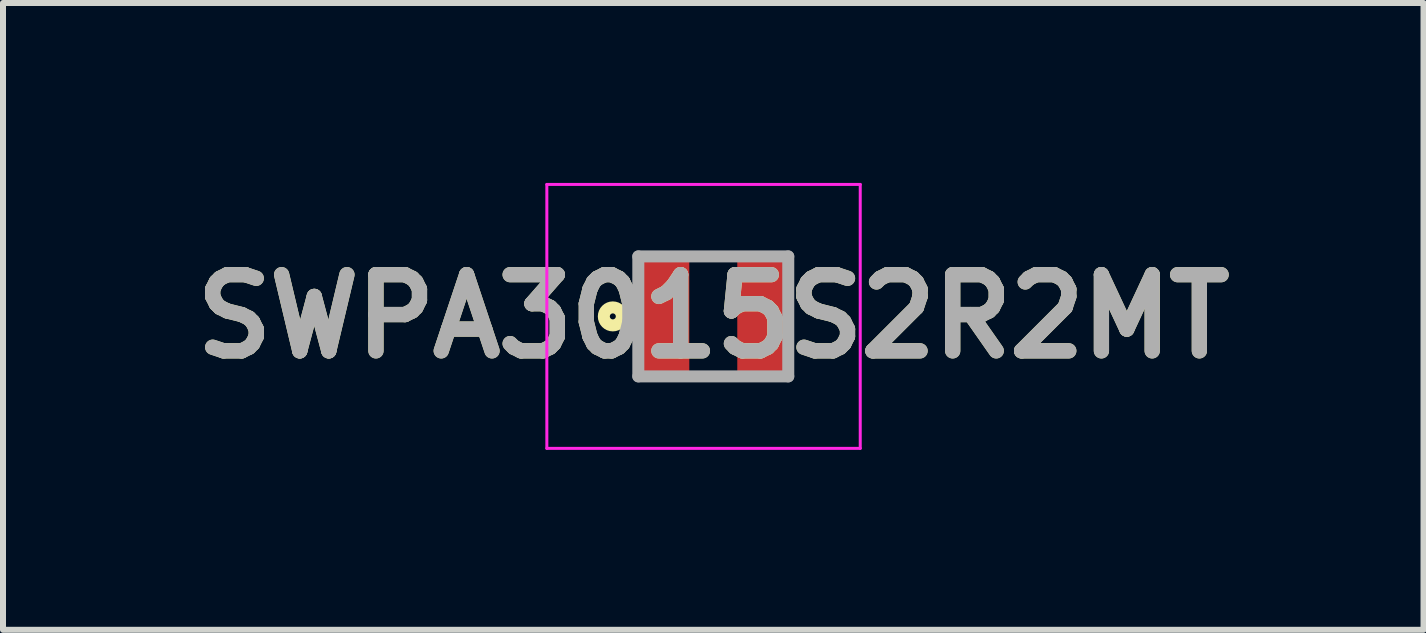
<source format=kicad_pcb>
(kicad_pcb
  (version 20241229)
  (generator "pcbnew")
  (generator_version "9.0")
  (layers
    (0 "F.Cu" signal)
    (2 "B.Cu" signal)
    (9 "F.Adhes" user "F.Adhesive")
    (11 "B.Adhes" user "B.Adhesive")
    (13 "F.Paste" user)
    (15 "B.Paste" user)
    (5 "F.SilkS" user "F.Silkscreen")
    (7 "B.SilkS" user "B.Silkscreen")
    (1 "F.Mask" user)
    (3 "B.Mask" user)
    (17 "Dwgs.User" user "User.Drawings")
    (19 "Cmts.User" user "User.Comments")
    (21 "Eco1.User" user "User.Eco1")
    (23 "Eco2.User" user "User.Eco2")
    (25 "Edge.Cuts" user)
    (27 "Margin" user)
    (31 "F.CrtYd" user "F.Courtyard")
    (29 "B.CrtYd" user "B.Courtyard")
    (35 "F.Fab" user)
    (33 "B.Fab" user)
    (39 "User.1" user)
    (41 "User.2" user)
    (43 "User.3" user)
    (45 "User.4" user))
  (footprint "SWPA3015S2R2MT"
    (layer "F.Cu")
    (at 8.842 2.225)
    (property "Reference" "SWPA3015S2R2MT" (at 0 0 0) (layer "F.SilkS") (effects (font (size 1.27 1.27) (thickness 0.254))))
    (attr smd)
    (fp_circle (center -1.675 0) (end -1.675 0.05) (stroke (width 0.2) (type solid)) (fill no) (layer "F.SilkS"))
    (fp_line (start -2.775 -2.2) (end 2.45 -2.2) (stroke (width 0.05) (type solid)) (layer "F.CrtYd"))
    (fp_line (start -2.775 2.2) (end -2.775 -2.2) (stroke (width 0.05) (type solid)) (layer "F.CrtYd"))
    (fp_line (start 2.45 -2.2) (end 2.45 2.2) (stroke (width 0.05) (type solid)) (layer "F.CrtYd"))
    (fp_line (start 2.45 2.2) (end -2.775 2.2) (stroke (width 0.05) (type solid)) (layer "F.CrtYd"))
    (fp_line (start -1.25 -1) (end 1.25 -1) (stroke (width 0.2) (type solid)) (layer "F.Fab"))
    (fp_line (start -1.25 1) (end -1.25 -1) (stroke (width 0.2) (type solid)) (layer "F.Fab"))
    (fp_line (start 1.25 -1) (end 1.25 1) (stroke (width 0.2) (type solid)) (layer "F.Fab"))
    (fp_line (start 1.25 1) (end -1.25 1) (stroke (width 0.2) (type solid)) (layer "F.Fab"))
    (fp_text user "${REFERENCE}" (at 0 0 0) (layer "F.Fab") (effects (font (size 1.27 1.27) (thickness 0.254))))
    (pad "1" smd rect (at -0.825 0) (size 0.85 2) (layers "F.Cu" "F.Mask" "F.Paste"))
    (pad "2" smd rect (at 0.825 0) (size 0.85 2) (layers "F.Cu" "F.Mask" "F.Paste")))
  (gr_rect
    (start -3 -3)
    (end 20.683 7.45)
    (stroke (width 0.1) (type default))
    (fill no)
    (layer "Edge.Cuts")))
</source>
